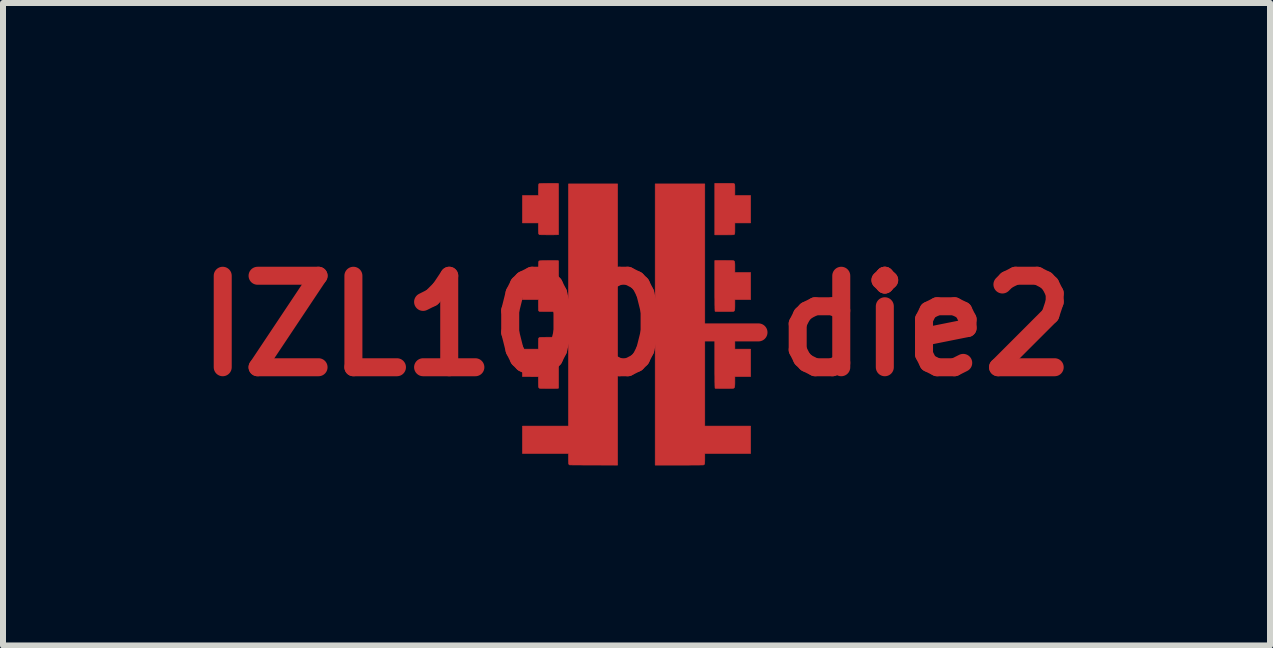
<source format=kicad_pcb>
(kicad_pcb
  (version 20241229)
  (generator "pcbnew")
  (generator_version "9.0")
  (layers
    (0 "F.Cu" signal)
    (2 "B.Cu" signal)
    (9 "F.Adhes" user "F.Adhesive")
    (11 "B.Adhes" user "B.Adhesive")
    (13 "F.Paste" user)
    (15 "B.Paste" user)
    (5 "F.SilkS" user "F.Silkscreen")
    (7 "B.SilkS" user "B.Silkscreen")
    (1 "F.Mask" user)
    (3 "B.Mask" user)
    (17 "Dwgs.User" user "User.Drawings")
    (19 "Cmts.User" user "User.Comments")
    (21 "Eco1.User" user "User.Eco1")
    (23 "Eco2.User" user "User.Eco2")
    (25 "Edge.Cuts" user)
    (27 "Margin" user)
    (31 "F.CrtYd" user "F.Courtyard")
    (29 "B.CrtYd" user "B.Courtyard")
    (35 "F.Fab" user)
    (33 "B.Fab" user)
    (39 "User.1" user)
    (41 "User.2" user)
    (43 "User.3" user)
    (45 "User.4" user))
  (footprint "IZL100-die2"
    (layer "F.Cu")
    (at 7.555 2.379)
    (property "Reference" "IZL100-die2" (at 0 0 0) (layer "F.Cu") (effects (font (size 1.524 1.524) (thickness 0.3))))
    (attr through_hole)
    (fp_poly (pts (xy -0.316 2.32) (xy -0.71 2.319) (xy -0.769 2.319) (xy -0.825 2.319) (xy -0.879 2.319) (xy -0.928 2.318) (xy -0.974 2.318) (xy -1.014 2.318) (xy -1.048 2.318) (xy -1.076 2.317) (xy -1.097 2.317) (xy -1.11 2.317) (xy -1.114 2.317) (xy -1.123 2.311) (xy -1.129 2.303) (xy -1.13 2.295) (xy -1.131 2.28) (xy -1.132 2.259) (xy -1.133 2.234) (xy -1.133 2.209) (xy -1.133 2.126) (xy -1.9 2.126) (xy -1.9 1.67) (xy -1.133 1.67) (xy -1.133 -2.365) (xy -0.316 -2.365) (xy -0.316 2.32)) (stroke (width 0.01) (type solid)) (fill yes) (layer "F.Cu"))
    (fp_poly (pts (xy 1.137 1.67) (xy 1.9 1.67) (xy 1.9 2.126) (xy 1.137 2.126) (xy 1.137 2.206) (xy 1.137 2.24) (xy 1.136 2.267) (xy 1.135 2.286) (xy 1.132 2.3) (xy 1.128 2.308) (xy 1.123 2.314) (xy 1.115 2.317) (xy 1.114 2.317) (xy 1.107 2.317) (xy 1.093 2.318) (xy 1.07 2.318) (xy 1.04 2.319) (xy 1.005 2.319) (xy 0.963 2.319) (xy 0.917 2.319) (xy 0.866 2.32) (xy 0.812 2.32) (xy 0.754 2.32) (xy 0.706 2.32) (xy 0.311 2.32) (xy 0.311 -2.365) (xy 1.137 -2.365) (xy 1.137 1.67)) (stroke (width 0.01) (type solid)) (fill yes) (layer "F.Cu"))
    (fp_poly (pts (xy 1.504 -2.374) (xy 1.538 -2.374) (xy 1.565 -2.374) (xy 1.585 -2.373) (xy 1.601 -2.373) (xy 1.611 -2.372) (xy 1.619 -2.371) (xy 1.624 -2.369) (xy 1.627 -2.367) (xy 1.629 -2.365) (xy 1.632 -2.361) (xy 1.635 -2.357) (xy 1.636 -2.35) (xy 1.637 -2.339) (xy 1.638 -2.324) (xy 1.638 -2.302) (xy 1.638 -2.273) (xy 1.638 -2.263) (xy 1.638 -2.171) (xy 1.9 -2.171) (xy 1.9 -1.715) (xy 1.638 -1.715) (xy 1.638 -1.625) (xy 1.638 -1.594) (xy 1.638 -1.571) (xy 1.637 -1.554) (xy 1.636 -1.542) (xy 1.635 -1.535) (xy 1.633 -1.53) (xy 1.63 -1.526) (xy 1.629 -1.525) (xy 1.627 -1.523) (xy 1.623 -1.521) (xy 1.618 -1.52) (xy 1.61 -1.518) (xy 1.598 -1.518) (xy 1.582 -1.517) (xy 1.561 -1.517) (xy 1.533 -1.517) (xy 1.498 -1.516) (xy 1.462 -1.516) (xy 1.304 -1.516) (xy 1.304 -2.374) (xy 1.462 -2.374) (xy 1.504 -2.374)) (stroke (width 0.01) (type solid)) (fill yes) (layer "F.Cu"))
    (fp_poly (pts (xy -1.38 0.19) (xy -1.353 0.19) (xy -1.332 0.191) (xy -1.317 0.192) (xy -1.31 0.192) (xy -1.3 0.195) (xy -1.3 1.037) (xy -1.31 1.04) (xy -1.317 1.04) (xy -1.331 1.041) (xy -1.352 1.041) (xy -1.378 1.042) (xy -1.408 1.042) (xy -1.439 1.042) (xy -1.472 1.042) (xy -1.505 1.042) (xy -1.535 1.041) (xy -1.563 1.041) (xy -1.586 1.041) (xy -1.603 1.04) (xy -1.613 1.04) (xy -1.615 1.039) (xy -1.624 1.034) (xy -1.629 1.026) (xy -1.631 1.018) (xy -1.632 1.003) (xy -1.633 0.982) (xy -1.634 0.957) (xy -1.634 0.929) (xy -1.634 0.844) (xy -1.9 0.844) (xy -1.9 0.388) (xy -1.634 0.388) (xy -1.634 0.304) (xy -1.634 0.276) (xy -1.633 0.251) (xy -1.633 0.231) (xy -1.632 0.216) (xy -1.631 0.209) (xy -1.624 0.199) (xy -1.612 0.194) (xy -1.603 0.193) (xy -1.587 0.192) (xy -1.565 0.191) (xy -1.538 0.191) (xy -1.508 0.19) (xy -1.475 0.19) (xy -1.442 0.19) (xy -1.41 0.19) (xy -1.38 0.19)) (stroke (width 0.01) (type solid)) (fill yes) (layer "F.Cu"))
    (fp_poly (pts (xy -1.375 -2.373) (xy -1.349 -2.373) (xy -1.33 -2.373) (xy -1.318 -2.372) (xy -1.314 -2.372) (xy -1.3 -2.369) (xy -1.3 -1.522) (xy -1.31 -1.519) (xy -1.317 -1.519) (xy -1.331 -1.518) (xy -1.352 -1.518) (xy -1.378 -1.517) (xy -1.408 -1.517) (xy -1.439 -1.517) (xy -1.472 -1.517) (xy -1.505 -1.517) (xy -1.535 -1.518) (xy -1.563 -1.518) (xy -1.586 -1.518) (xy -1.603 -1.519) (xy -1.613 -1.519) (xy -1.615 -1.52) (xy -1.624 -1.525) (xy -1.629 -1.533) (xy -1.631 -1.541) (xy -1.632 -1.556) (xy -1.633 -1.577) (xy -1.634 -1.602) (xy -1.634 -1.63) (xy -1.634 -1.715) (xy -1.9 -1.715) (xy -1.9 -2.171) (xy -1.634 -2.171) (xy -1.633 -2.265) (xy -1.632 -2.3) (xy -1.631 -2.326) (xy -1.63 -2.345) (xy -1.629 -2.358) (xy -1.627 -2.364) (xy -1.626 -2.366) (xy -1.622 -2.368) (xy -1.614 -2.369) (xy -1.6 -2.37) (xy -1.581 -2.371) (xy -1.555 -2.372) (xy -1.522 -2.372) (xy -1.481 -2.373) (xy -1.474 -2.373) (xy -1.438 -2.373) (xy -1.405 -2.373) (xy -1.375 -2.373)) (stroke (width 0.01) (type solid)) (fill yes) (layer "F.Cu"))
    (fp_poly (pts (xy 1.45 0.19) (xy 1.495 0.19) (xy 1.532 0.19) (xy 1.561 0.191) (xy 1.584 0.192) (xy 1.602 0.193) (xy 1.614 0.196) (xy 1.623 0.199) (xy 1.629 0.203) (xy 1.633 0.207) (xy 1.634 0.21) (xy 1.635 0.218) (xy 1.637 0.234) (xy 1.637 0.255) (xy 1.638 0.28) (xy 1.638 0.305) (xy 1.638 0.388) (xy 1.9 0.388) (xy 1.9 0.844) (xy 1.638 0.844) (xy 1.638 0.925) (xy 1.638 0.96) (xy 1.637 0.987) (xy 1.635 1.007) (xy 1.632 1.021) (xy 1.628 1.03) (xy 1.622 1.036) (xy 1.614 1.039) (xy 1.611 1.04) (xy 1.603 1.04) (xy 1.588 1.041) (xy 1.566 1.041) (xy 1.54 1.042) (xy 1.511 1.042) (xy 1.479 1.042) (xy 1.447 1.042) (xy 1.415 1.042) (xy 1.385 1.042) (xy 1.358 1.041) (xy 1.336 1.041) (xy 1.32 1.04) (xy 1.311 1.04) (xy 1.31 1.04) (xy 1.309 1.037) (xy 1.308 1.032) (xy 1.307 1.022) (xy 1.307 1.007) (xy 1.306 0.988) (xy 1.306 0.963) (xy 1.305 0.932) (xy 1.305 0.894) (xy 1.305 0.85) (xy 1.304 0.798) (xy 1.304 0.739) (xy 1.304 0.671) (xy 1.304 0.613) (xy 1.304 0.19) (xy 1.45 0.19)) (stroke (width 0.01) (type solid)) (fill yes) (layer "F.Cu"))
    (fp_poly (pts (xy 1.489 -1.088) (xy 1.523 -1.087) (xy 1.553 -1.087) (xy 1.579 -1.087) (xy 1.599 -1.086) (xy 1.611 -1.085) (xy 1.615 -1.085) (xy 1.622 -1.082) (xy 1.628 -1.078) (xy 1.632 -1.07) (xy 1.635 -1.057) (xy 1.637 -1.04) (xy 1.638 -1.015) (xy 1.638 -0.983) (xy 1.638 -0.972) (xy 1.638 -0.889) (xy 1.9 -0.889) (xy 1.9 -0.438) (xy 1.638 -0.438) (xy 1.638 -0.355) (xy 1.638 -0.32) (xy 1.637 -0.294) (xy 1.636 -0.274) (xy 1.633 -0.26) (xy 1.629 -0.251) (xy 1.624 -0.246) (xy 1.617 -0.243) (xy 1.615 -0.242) (xy 1.607 -0.241) (xy 1.592 -0.241) (xy 1.57 -0.24) (xy 1.544 -0.24) (xy 1.515 -0.24) (xy 1.483 -0.24) (xy 1.45 -0.24) (xy 1.418 -0.24) (xy 1.388 -0.24) (xy 1.361 -0.24) (xy 1.338 -0.241) (xy 1.321 -0.241) (xy 1.312 -0.242) (xy 1.31 -0.242) (xy 1.309 -0.244) (xy 1.308 -0.25) (xy 1.307 -0.26) (xy 1.307 -0.275) (xy 1.306 -0.294) (xy 1.306 -0.319) (xy 1.305 -0.35) (xy 1.305 -0.388) (xy 1.305 -0.432) (xy 1.304 -0.484) (xy 1.304 -0.543) (xy 1.304 -0.611) (xy 1.304 -0.666) (xy 1.304 -1.088) (xy 1.453 -1.088) (xy 1.489 -1.088)) (stroke (width 0.01) (type solid)) (fill yes) (layer "F.Cu"))
    (fp_poly (pts (xy -1.37 -1.087) (xy -1.345 -1.087) (xy -1.326 -1.086) (xy -1.313 -1.086) (xy -1.31 -1.086) (xy -1.3 -1.083) (xy -1.3 -0.664) (xy -1.3 -0.592) (xy -1.3 -0.53) (xy -1.3 -0.475) (xy -1.3 -0.427) (xy -1.3 -0.386) (xy -1.3 -0.352) (xy -1.301 -0.324) (xy -1.301 -0.301) (xy -1.302 -0.282) (xy -1.302 -0.268) (xy -1.303 -0.258) (xy -1.304 -0.25) (xy -1.305 -0.246) (xy -1.306 -0.243) (xy -1.307 -0.242) (xy -1.313 -0.241) (xy -1.327 -0.241) (xy -1.347 -0.24) (xy -1.372 -0.24) (xy -1.401 -0.24) (xy -1.433 -0.24) (xy -1.466 -0.24) (xy -1.498 -0.24) (xy -1.53 -0.24) (xy -1.558 -0.24) (xy -1.583 -0.241) (xy -1.602 -0.241) (xy -1.615 -0.242) (xy -1.619 -0.242) (xy -1.627 -0.248) (xy -1.631 -0.254) (xy -1.632 -0.262) (xy -1.633 -0.277) (xy -1.633 -0.297) (xy -1.634 -0.322) (xy -1.634 -0.35) (xy -1.634 -0.351) (xy -1.634 -0.438) (xy -1.9 -0.438) (xy -1.9 -0.889) (xy -1.634 -0.889) (xy -1.633 -0.981) (xy -1.632 -1.016) (xy -1.631 -1.041) (xy -1.63 -1.06) (xy -1.628 -1.072) (xy -1.626 -1.079) (xy -1.626 -1.08) (xy -1.622 -1.081) (xy -1.614 -1.083) (xy -1.601 -1.084) (xy -1.582 -1.085) (xy -1.556 -1.086) (xy -1.523 -1.086) (xy -1.482 -1.087) (xy -1.47 -1.087) (xy -1.434 -1.087) (xy -1.4 -1.087) (xy -1.37 -1.087)) (stroke (width 0.01) (type solid)) (fill yes) (layer "F.Cu")))
  (gr_rect
    (start -3 -3)
    (end 18.109 7.704)
    (stroke (width 0.1) (type default))
    (fill no)
    (layer "Edge.Cuts")))
</source>
